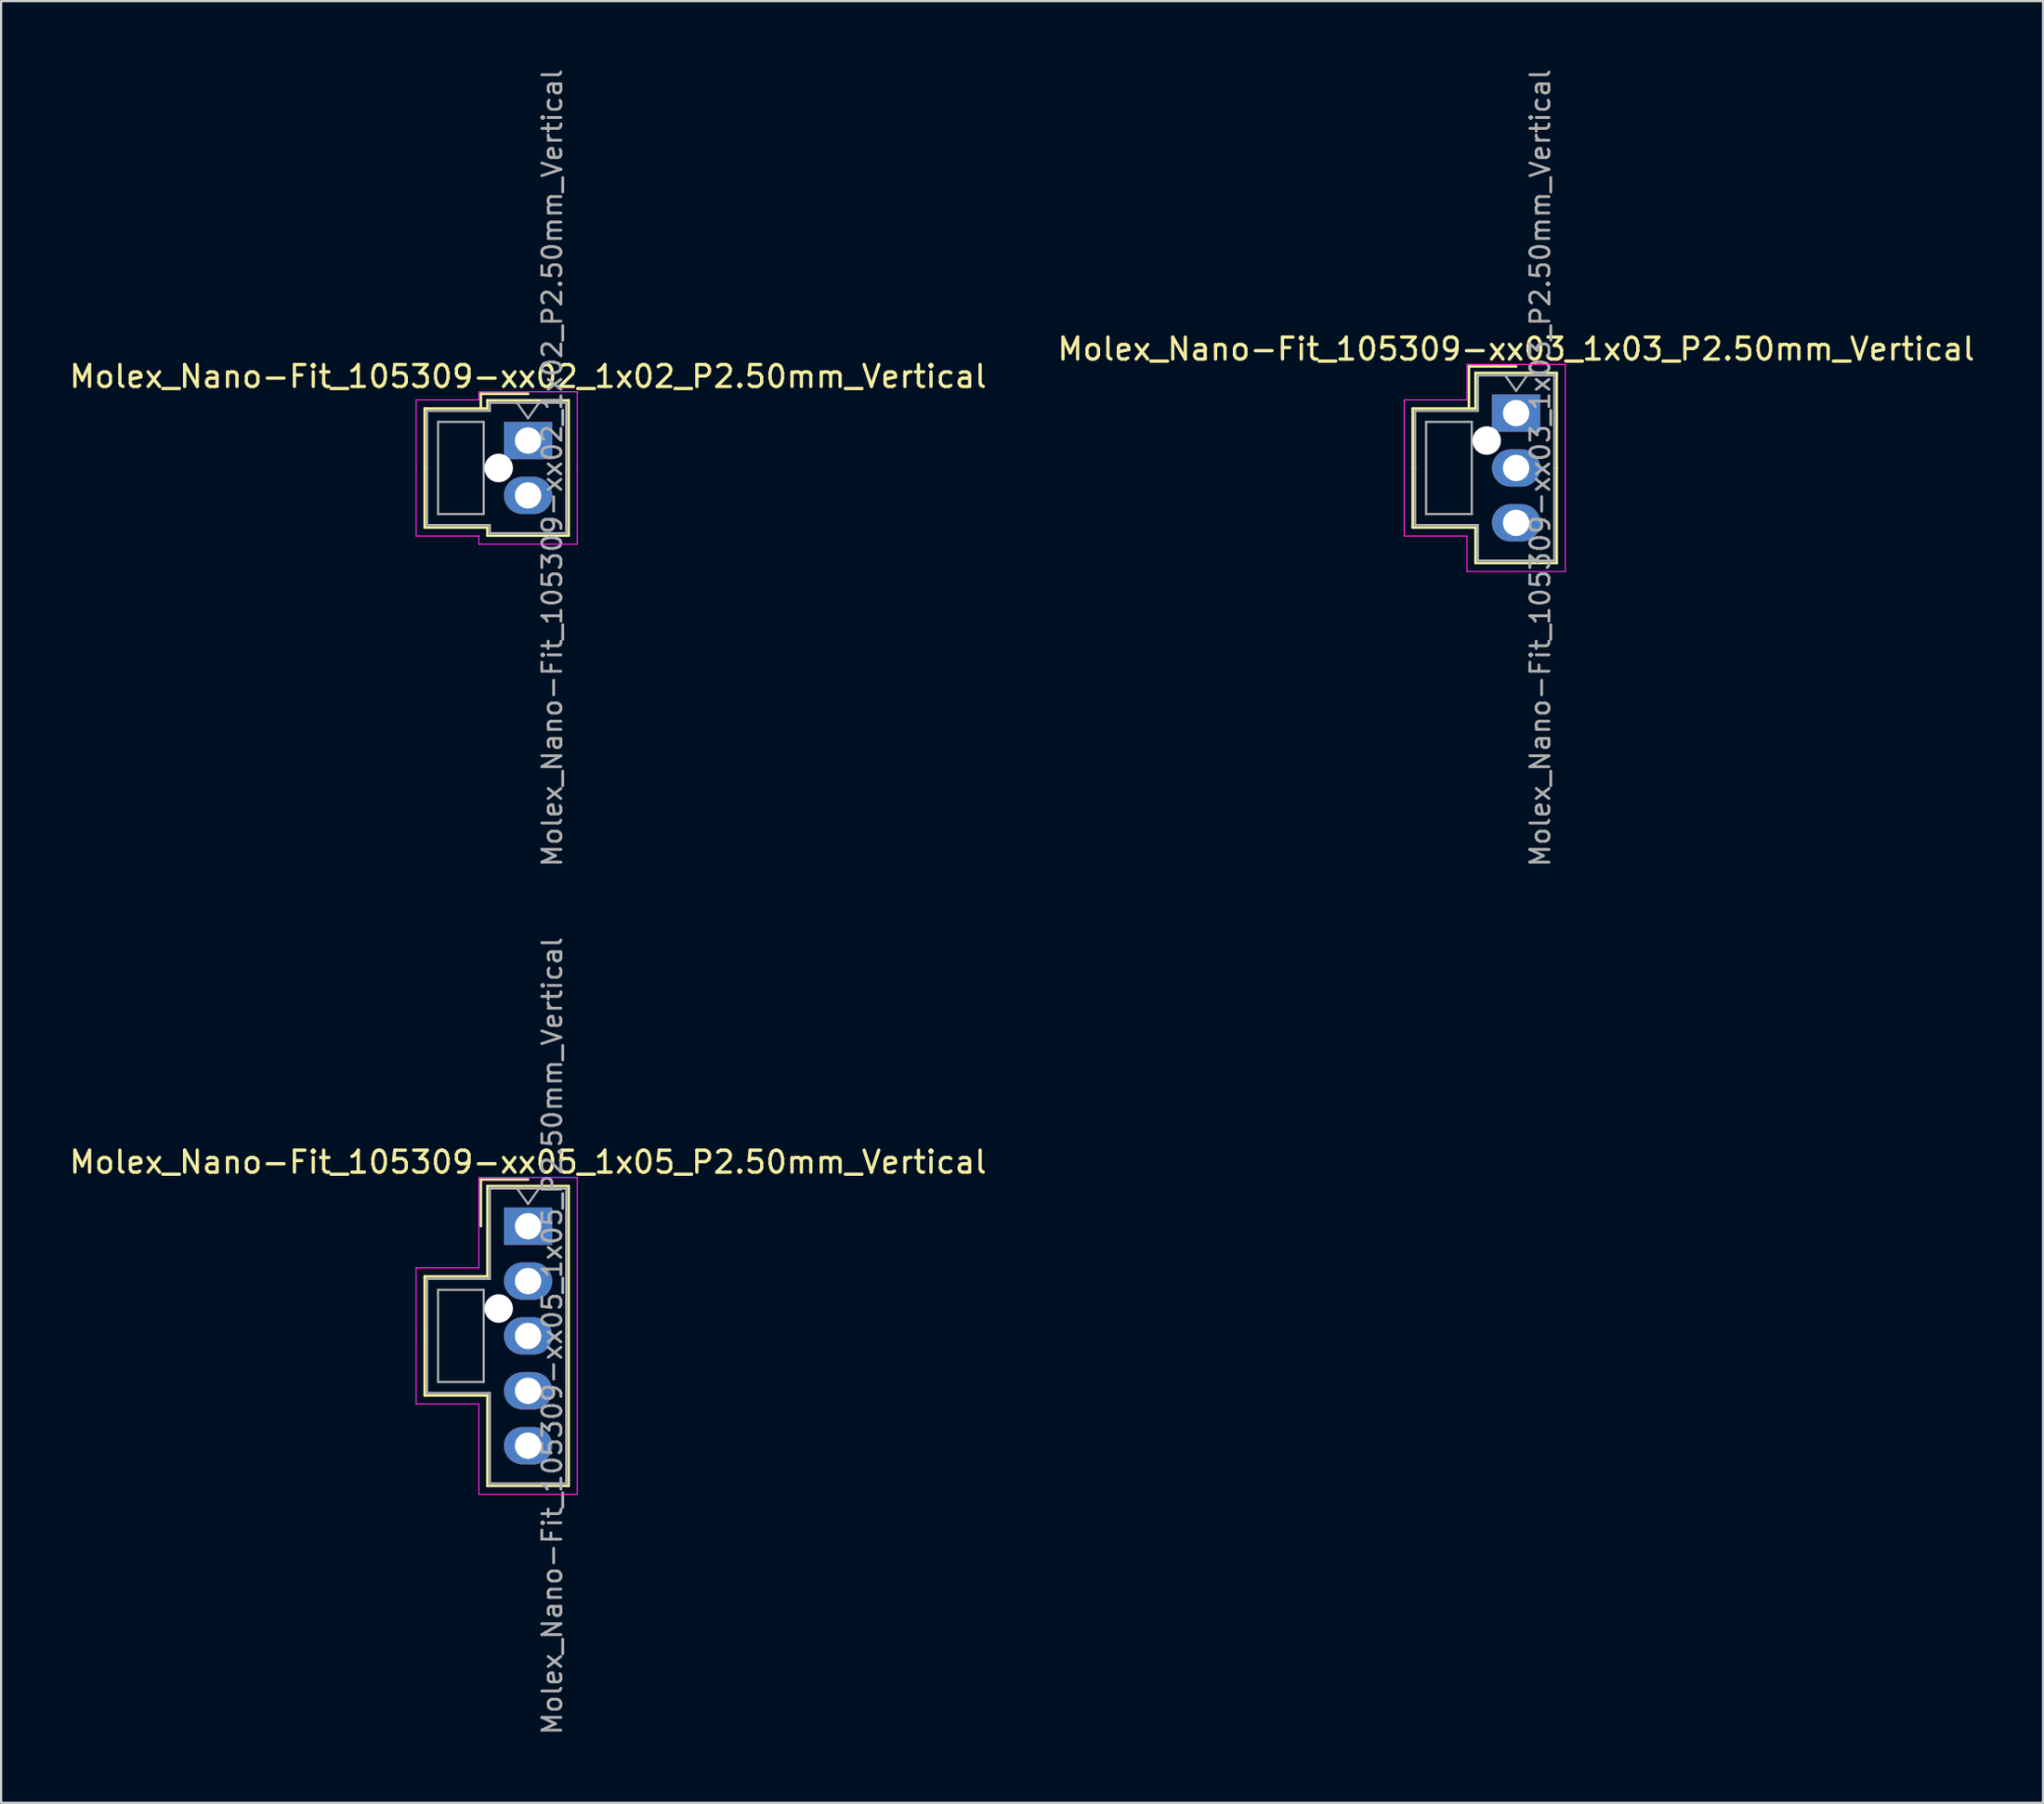
<source format=kicad_pcb>
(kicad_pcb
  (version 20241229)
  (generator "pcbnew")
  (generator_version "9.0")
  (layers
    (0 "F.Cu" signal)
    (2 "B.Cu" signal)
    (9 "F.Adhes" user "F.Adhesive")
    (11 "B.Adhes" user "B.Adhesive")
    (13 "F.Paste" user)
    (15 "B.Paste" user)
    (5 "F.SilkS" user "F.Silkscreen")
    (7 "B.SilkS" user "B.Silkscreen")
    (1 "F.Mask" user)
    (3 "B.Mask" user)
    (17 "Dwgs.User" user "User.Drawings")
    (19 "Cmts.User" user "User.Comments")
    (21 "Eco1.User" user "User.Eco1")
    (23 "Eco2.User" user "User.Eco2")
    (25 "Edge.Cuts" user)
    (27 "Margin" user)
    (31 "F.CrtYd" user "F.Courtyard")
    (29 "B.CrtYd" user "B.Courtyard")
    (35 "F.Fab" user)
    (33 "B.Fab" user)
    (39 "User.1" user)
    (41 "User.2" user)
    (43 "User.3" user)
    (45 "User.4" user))
  (footprint "Molex_Nano-Fit_105309-xx03_1x03_P2.50mm_Vertical"
    (layer "F.Cu")
    (at 66.018 15.774)
    (property "Reference" "Molex_Nano-Fit_105309-xx03_1x03_P2.50mm_Vertical" (at 0 -2.92 0) (layer "F.SilkS") (effects (font (size 1 1) (thickness 0.15))))
    (attr through_hole)
    (fp_line (start -4.71 -0.21) (end -4.71 2.5) (stroke (width 0.12) (type solid)) (layer "F.SilkS"))
    (fp_line (start -4.71 5.21) (end -4.71 2.5) (stroke (width 0.12) (type solid)) (layer "F.SilkS"))
    (fp_line (start -2.15 -2.13) (end -2.15 -0.21) (stroke (width 0.12) (type solid)) (layer "F.SilkS"))
    (fp_line (start -1.85 -1.83) (end -1.85 -0.21) (stroke (width 0.12) (type solid)) (layer "F.SilkS"))
    (fp_line (start -1.85 -0.21) (end -4.71 -0.21) (stroke (width 0.12) (type solid)) (layer "F.SilkS"))
    (fp_line (start -1.85 5.21) (end -4.71 5.21) (stroke (width 0.12) (type solid)) (layer "F.SilkS"))
    (fp_line (start -1.85 6.83) (end -1.85 5.21) (stroke (width 0.12) (type solid)) (layer "F.SilkS"))
    (fp_line (start 0 -2.13) (end -2.15 -2.13) (stroke (width 0.12) (type solid)) (layer "F.SilkS"))
    (fp_line (start 1.85 -1.83) (end -1.85 -1.83) (stroke (width 0.12) (type solid)) (layer "F.SilkS"))
    (fp_line (start 1.85 2.5) (end 1.85 -1.83) (stroke (width 0.12) (type solid)) (layer "F.SilkS"))
    (fp_line (start 1.85 2.5) (end 1.85 6.83) (stroke (width 0.12) (type solid)) (layer "F.SilkS"))
    (fp_line (start 1.85 6.83) (end -1.85 6.83) (stroke (width 0.12) (type solid)) (layer "F.SilkS"))
    (fp_line (start -5.1 -0.6) (end -5.1 2.5) (stroke (width 0.05) (type solid)) (layer "F.CrtYd"))
    (fp_line (start -5.1 5.6) (end -5.1 2.5) (stroke (width 0.05) (type solid)) (layer "F.CrtYd"))
    (fp_line (start -2.24 -2.22) (end -2.24 -0.6) (stroke (width 0.05) (type solid)) (layer "F.CrtYd"))
    (fp_line (start -2.24 -0.6) (end -5.1 -0.6) (stroke (width 0.05) (type solid)) (layer "F.CrtYd"))
    (fp_line (start -2.24 5.6) (end -5.1 5.6) (stroke (width 0.05) (type solid)) (layer "F.CrtYd"))
    (fp_line (start -2.24 7.22) (end -2.24 5.6) (stroke (width 0.05) (type solid)) (layer "F.CrtYd"))
    (fp_line (start 2.24 -2.22) (end -2.24 -2.22) (stroke (width 0.05) (type solid)) (layer "F.CrtYd"))
    (fp_line (start 2.24 2.5) (end 2.24 -2.22) (stroke (width 0.05) (type solid)) (layer "F.CrtYd"))
    (fp_line (start 2.24 2.5) (end 2.24 7.22) (stroke (width 0.05) (type solid)) (layer "F.CrtYd"))
    (fp_line (start 2.24 7.22) (end -2.24 7.22) (stroke (width 0.05) (type solid)) (layer "F.CrtYd"))
    (fp_line (start -4.6 -0.1) (end -4.6 2.5) (stroke (width 0.1) (type solid)) (layer "F.Fab"))
    (fp_line (start -4.6 5.1) (end -4.6 2.5) (stroke (width 0.1) (type solid)) (layer "F.Fab"))
    (fp_line (start -4.1 0.4) (end -4.1 4.6) (stroke (width 0.1) (type solid)) (layer "F.Fab"))
    (fp_line (start -4.1 4.6) (end -2.02 4.6) (stroke (width 0.1) (type solid)) (layer "F.Fab"))
    (fp_line (start -2.02 0.4) (end -4.1 0.4) (stroke (width 0.1) (type solid)) (layer "F.Fab"))
    (fp_line (start -2.02 4.6) (end -2.02 0.4) (stroke (width 0.1) (type solid)) (layer "F.Fab"))
    (fp_line (start -1.74 -1.72) (end -1.74 -0.1) (stroke (width 0.1) (type solid)) (layer "F.Fab"))
    (fp_line (start -1.74 -0.1) (end -4.6 -0.1) (stroke (width 0.1) (type solid)) (layer "F.Fab"))
    (fp_line (start -1.74 5.1) (end -4.6 5.1) (stroke (width 0.1) (type solid)) (layer "F.Fab"))
    (fp_line (start -1.74 6.72) (end -1.74 5.1) (stroke (width 0.1) (type solid)) (layer "F.Fab"))
    (fp_line (start -0.5 -1.72) (end 0 -1.013) (stroke (width 0.1) (type solid)) (layer "F.Fab"))
    (fp_line (start 0 -1.013) (end 0.5 -1.72) (stroke (width 0.1) (type solid)) (layer "F.Fab"))
    (fp_line (start 1.74 -1.72) (end -1.74 -1.72) (stroke (width 0.1) (type solid)) (layer "F.Fab"))
    (fp_line (start 1.74 2.5) (end 1.74 -1.72) (stroke (width 0.1) (type solid)) (layer "F.Fab"))
    (fp_line (start 1.74 2.5) (end 1.74 6.72) (stroke (width 0.1) (type solid)) (layer "F.Fab"))
    (fp_line (start 1.74 6.72) (end -1.74 6.72) (stroke (width 0.1) (type solid)) (layer "F.Fab"))
    (fp_text user "${REFERENCE}" (at 1.1 2.5 90) (layer "F.Fab") (effects (font (size 0.87 0.87) (thickness 0.13))))
    (pad "" np_thru_hole circle (at -1.34 1.25) (size 1.3 1.3) (drill 1.3) (layers "*.Cu" "*.Mask"))
    (pad "1" thru_hole rect (at 0 0) (size 2.2 1.7) (drill 1.2) (layers "*.Cu" "*.Mask"))
    (pad "2" thru_hole oval (at 0 2.5) (size 2.2 1.7) (drill 1.2) (layers "*.Cu" "*.Mask"))
    (pad "3" thru_hole oval (at 0 5) (size 2.2 1.7) (drill 1.2) (layers "*.Cu" "*.Mask")))
  (footprint "Molex_Nano-Fit_105309-xx05_1x05_P2.50mm_Vertical"
    (layer "F.Cu")
    (at 21.006 52.823)
    (property "Reference" "Molex_Nano-Fit_105309-xx05_1x05_P2.50mm_Vertical" (at 0 -2.92 0) (layer "F.SilkS") (effects (font (size 1 1) (thickness 0.15))))
    (attr through_hole)
    (fp_line (start -4.71 2.29) (end -4.71 5) (stroke (width 0.12) (type solid)) (layer "F.SilkS"))
    (fp_line (start -4.71 7.71) (end -4.71 5) (stroke (width 0.12) (type solid)) (layer "F.SilkS"))
    (fp_line (start -2.15 -2.13) (end -2.15 0) (stroke (width 0.12) (type solid)) (layer "F.SilkS"))
    (fp_line (start -1.85 -1.83) (end -1.85 2.29) (stroke (width 0.12) (type solid)) (layer "F.SilkS"))
    (fp_line (start -1.85 2.29) (end -4.71 2.29) (stroke (width 0.12) (type solid)) (layer "F.SilkS"))
    (fp_line (start -1.85 7.71) (end -4.71 7.71) (stroke (width 0.12) (type solid)) (layer "F.SilkS"))
    (fp_line (start -1.85 11.83) (end -1.85 7.71) (stroke (width 0.12) (type solid)) (layer "F.SilkS"))
    (fp_line (start 0 -2.13) (end -2.15 -2.13) (stroke (width 0.12) (type solid)) (layer "F.SilkS"))
    (fp_line (start 1.85 -1.83) (end -1.85 -1.83) (stroke (width 0.12) (type solid)) (layer "F.SilkS"))
    (fp_line (start 1.85 5) (end 1.85 -1.83) (stroke (width 0.12) (type solid)) (layer "F.SilkS"))
    (fp_line (start 1.85 5) (end 1.85 11.83) (stroke (width 0.12) (type solid)) (layer "F.SilkS"))
    (fp_line (start 1.85 11.83) (end -1.85 11.83) (stroke (width 0.12) (type solid)) (layer "F.SilkS"))
    (fp_line (start -5.1 1.9) (end -5.1 5) (stroke (width 0.05) (type solid)) (layer "F.CrtYd"))
    (fp_line (start -5.1 8.1) (end -5.1 5) (stroke (width 0.05) (type solid)) (layer "F.CrtYd"))
    (fp_line (start -2.24 -2.22) (end -2.24 1.9) (stroke (width 0.05) (type solid)) (layer "F.CrtYd"))
    (fp_line (start -2.24 1.9) (end -5.1 1.9) (stroke (width 0.05) (type solid)) (layer "F.CrtYd"))
    (fp_line (start -2.24 8.1) (end -5.1 8.1) (stroke (width 0.05) (type solid)) (layer "F.CrtYd"))
    (fp_line (start -2.24 12.22) (end -2.24 8.1) (stroke (width 0.05) (type solid)) (layer "F.CrtYd"))
    (fp_line (start 2.24 -2.22) (end -2.24 -2.22) (stroke (width 0.05) (type solid)) (layer "F.CrtYd"))
    (fp_line (start 2.24 5) (end 2.24 -2.22) (stroke (width 0.05) (type solid)) (layer "F.CrtYd"))
    (fp_line (start 2.24 5) (end 2.24 12.22) (stroke (width 0.05) (type solid)) (layer "F.CrtYd"))
    (fp_line (start 2.24 12.22) (end -2.24 12.22) (stroke (width 0.05) (type solid)) (layer "F.CrtYd"))
    (fp_line (start -4.6 2.4) (end -4.6 5) (stroke (width 0.1) (type solid)) (layer "F.Fab"))
    (fp_line (start -4.6 7.6) (end -4.6 5) (stroke (width 0.1) (type solid)) (layer "F.Fab"))
    (fp_line (start -4.1 2.9) (end -4.1 7.1) (stroke (width 0.1) (type solid)) (layer "F.Fab"))
    (fp_line (start -4.1 7.1) (end -2.02 7.1) (stroke (width 0.1) (type solid)) (layer "F.Fab"))
    (fp_line (start -2.02 2.9) (end -4.1 2.9) (stroke (width 0.1) (type solid)) (layer "F.Fab"))
    (fp_line (start -2.02 7.1) (end -2.02 2.9) (stroke (width 0.1) (type solid)) (layer "F.Fab"))
    (fp_line (start -1.74 -1.72) (end -1.74 2.4) (stroke (width 0.1) (type solid)) (layer "F.Fab"))
    (fp_line (start -1.74 2.4) (end -4.6 2.4) (stroke (width 0.1) (type solid)) (layer "F.Fab"))
    (fp_line (start -1.74 7.6) (end -4.6 7.6) (stroke (width 0.1) (type solid)) (layer "F.Fab"))
    (fp_line (start -1.74 11.72) (end -1.74 7.6) (stroke (width 0.1) (type solid)) (layer "F.Fab"))
    (fp_line (start -0.5 -1.72) (end 0 -1.013) (stroke (width 0.1) (type solid)) (layer "F.Fab"))
    (fp_line (start 0 -1.013) (end 0.5 -1.72) (stroke (width 0.1) (type solid)) (layer "F.Fab"))
    (fp_line (start 1.74 -1.72) (end -1.74 -1.72) (stroke (width 0.1) (type solid)) (layer "F.Fab"))
    (fp_line (start 1.74 5) (end 1.74 -1.72) (stroke (width 0.1) (type solid)) (layer "F.Fab"))
    (fp_line (start 1.74 5) (end 1.74 11.72) (stroke (width 0.1) (type solid)) (layer "F.Fab"))
    (fp_line (start 1.74 11.72) (end -1.74 11.72) (stroke (width 0.1) (type solid)) (layer "F.Fab"))
    (fp_text user "${REFERENCE}" (at 1.1 5 90) (layer "F.Fab") (effects (font (size 0.87 0.87) (thickness 0.13))))
    (pad "" np_thru_hole circle (at -1.34 3.75) (size 1.3 1.3) (drill 1.3) (layers "*.Cu" "*.Mask"))
    (pad "1" thru_hole rect (at 0 0) (size 2.2 1.7) (drill 1.2) (layers "*.Cu" "*.Mask"))
    (pad "2" thru_hole oval (at 0 2.5) (size 2.2 1.7) (drill 1.2) (layers "*.Cu" "*.Mask"))
    (pad "3" thru_hole oval (at 0 5) (size 2.2 1.7) (drill 1.2) (layers "*.Cu" "*.Mask"))
    (pad "4" thru_hole oval (at 0 7.5) (size 2.2 1.7) (drill 1.2) (layers "*.Cu" "*.Mask"))
    (pad "5" thru_hole oval (at 0 10) (size 2.2 1.7) (drill 1.2) (layers "*.Cu" "*.Mask")))
  (footprint "Molex_Nano-Fit_105309-xx02_1x02_P2.50mm_Vertical"
    (layer "F.Cu")
    (at 21.006 17.024)
    (property "Reference" "Molex_Nano-Fit_105309-xx02_1x02_P2.50mm_Vertical" (at 0 -2.92 0) (layer "F.SilkS") (effects (font (size 1 1) (thickness 0.15))))
    (attr through_hole)
    (fp_line (start -4.71 -1.46) (end -4.71 1.25) (stroke (width 0.12) (type solid)) (layer "F.SilkS"))
    (fp_line (start -4.71 3.96) (end -4.71 1.25) (stroke (width 0.12) (type solid)) (layer "F.SilkS"))
    (fp_line (start -2.15 -2.13) (end -2.15 -1.46) (stroke (width 0.12) (type solid)) (layer "F.SilkS"))
    (fp_line (start -1.85 -1.83) (end -1.85 -1.46) (stroke (width 0.12) (type solid)) (layer "F.SilkS"))
    (fp_line (start -1.85 -1.46) (end -4.71 -1.46) (stroke (width 0.12) (type solid)) (layer "F.SilkS"))
    (fp_line (start -1.85 3.96) (end -4.71 3.96) (stroke (width 0.12) (type solid)) (layer "F.SilkS"))
    (fp_line (start -1.85 4.33) (end -1.85 3.96) (stroke (width 0.12) (type solid)) (layer "F.SilkS"))
    (fp_line (start 0 -2.13) (end -2.15 -2.13) (stroke (width 0.12) (type solid)) (layer "F.SilkS"))
    (fp_line (start 1.85 -1.83) (end -1.85 -1.83) (stroke (width 0.12) (type solid)) (layer "F.SilkS"))
    (fp_line (start 1.85 1.25) (end 1.85 -1.83) (stroke (width 0.12) (type solid)) (layer "F.SilkS"))
    (fp_line (start 1.85 1.25) (end 1.85 4.33) (stroke (width 0.12) (type solid)) (layer "F.SilkS"))
    (fp_line (start 1.85 4.33) (end -1.85 4.33) (stroke (width 0.12) (type solid)) (layer "F.SilkS"))
    (fp_line (start -5.1 -1.85) (end -5.1 1.25) (stroke (width 0.05) (type solid)) (layer "F.CrtYd"))
    (fp_line (start -5.1 4.35) (end -5.1 1.25) (stroke (width 0.05) (type solid)) (layer "F.CrtYd"))
    (fp_line (start -2.24 -2.22) (end -2.24 -1.85) (stroke (width 0.05) (type solid)) (layer "F.CrtYd"))
    (fp_line (start -2.24 -1.85) (end -5.1 -1.85) (stroke (width 0.05) (type solid)) (layer "F.CrtYd"))
    (fp_line (start -2.24 4.35) (end -5.1 4.35) (stroke (width 0.05) (type solid)) (layer "F.CrtYd"))
    (fp_line (start -2.24 4.72) (end -2.24 4.35) (stroke (width 0.05) (type solid)) (layer "F.CrtYd"))
    (fp_line (start 2.24 -2.22) (end -2.24 -2.22) (stroke (width 0.05) (type solid)) (layer "F.CrtYd"))
    (fp_line (start 2.24 1.25) (end 2.24 -2.22) (stroke (width 0.05) (type solid)) (layer "F.CrtYd"))
    (fp_line (start 2.24 1.25) (end 2.24 4.72) (stroke (width 0.05) (type solid)) (layer "F.CrtYd"))
    (fp_line (start 2.24 4.72) (end -2.24 4.72) (stroke (width 0.05) (type solid)) (layer "F.CrtYd"))
    (fp_line (start -4.6 -1.35) (end -4.6 1.25) (stroke (width 0.1) (type solid)) (layer "F.Fab"))
    (fp_line (start -4.6 3.85) (end -4.6 1.25) (stroke (width 0.1) (type solid)) (layer "F.Fab"))
    (fp_line (start -4.1 -0.85) (end -4.1 3.35) (stroke (width 0.1) (type solid)) (layer "F.Fab"))
    (fp_line (start -4.1 3.35) (end -2.02 3.35) (stroke (width 0.1) (type solid)) (layer "F.Fab"))
    (fp_line (start -2.02 -0.85) (end -4.1 -0.85) (stroke (width 0.1) (type solid)) (layer "F.Fab"))
    (fp_line (start -2.02 3.35) (end -2.02 -0.85) (stroke (width 0.1) (type solid)) (layer "F.Fab"))
    (fp_line (start -1.74 -1.72) (end -1.74 -1.35) (stroke (width 0.1) (type solid)) (layer "F.Fab"))
    (fp_line (start -1.74 -1.35) (end -4.6 -1.35) (stroke (width 0.1) (type solid)) (layer "F.Fab"))
    (fp_line (start -1.74 3.85) (end -4.6 3.85) (stroke (width 0.1) (type solid)) (layer "F.Fab"))
    (fp_line (start -1.74 4.22) (end -1.74 3.85) (stroke (width 0.1) (type solid)) (layer "F.Fab"))
    (fp_line (start -0.5 -1.72) (end 0 -1.013) (stroke (width 0.1) (type solid)) (layer "F.Fab"))
    (fp_line (start 0 -1.013) (end 0.5 -1.72) (stroke (width 0.1) (type solid)) (layer "F.Fab"))
    (fp_line (start 1.74 -1.72) (end -1.74 -1.72) (stroke (width 0.1) (type solid)) (layer "F.Fab"))
    (fp_line (start 1.74 1.25) (end 1.74 -1.72) (stroke (width 0.1) (type solid)) (layer "F.Fab"))
    (fp_line (start 1.74 1.25) (end 1.74 4.22) (stroke (width 0.1) (type solid)) (layer "F.Fab"))
    (fp_line (start 1.74 4.22) (end -1.74 4.22) (stroke (width 0.1) (type solid)) (layer "F.Fab"))
    (fp_text user "${REFERENCE}" (at 1.1 1.25 90) (layer "F.Fab") (effects (font (size 0.87 0.87) (thickness 0.13))))
    (pad "" np_thru_hole circle (at -1.34 1.25) (size 1.3 1.3) (drill 1.3) (layers "*.Cu" "*.Mask"))
    (pad "1" thru_hole rect (at 0 0) (size 2.2 1.7) (drill 1.2) (layers "*.Cu" "*.Mask"))
    (pad "2" thru_hole oval (at 0 2.5) (size 2.2 1.7) (drill 1.2) (layers "*.Cu" "*.Mask")))
  (gr_rect
    (start -3 -3)
    (end 90.024 79.098)
    (stroke (width 0.1) (type default))
    (fill no)
    (layer "Edge.Cuts")))
</source>
